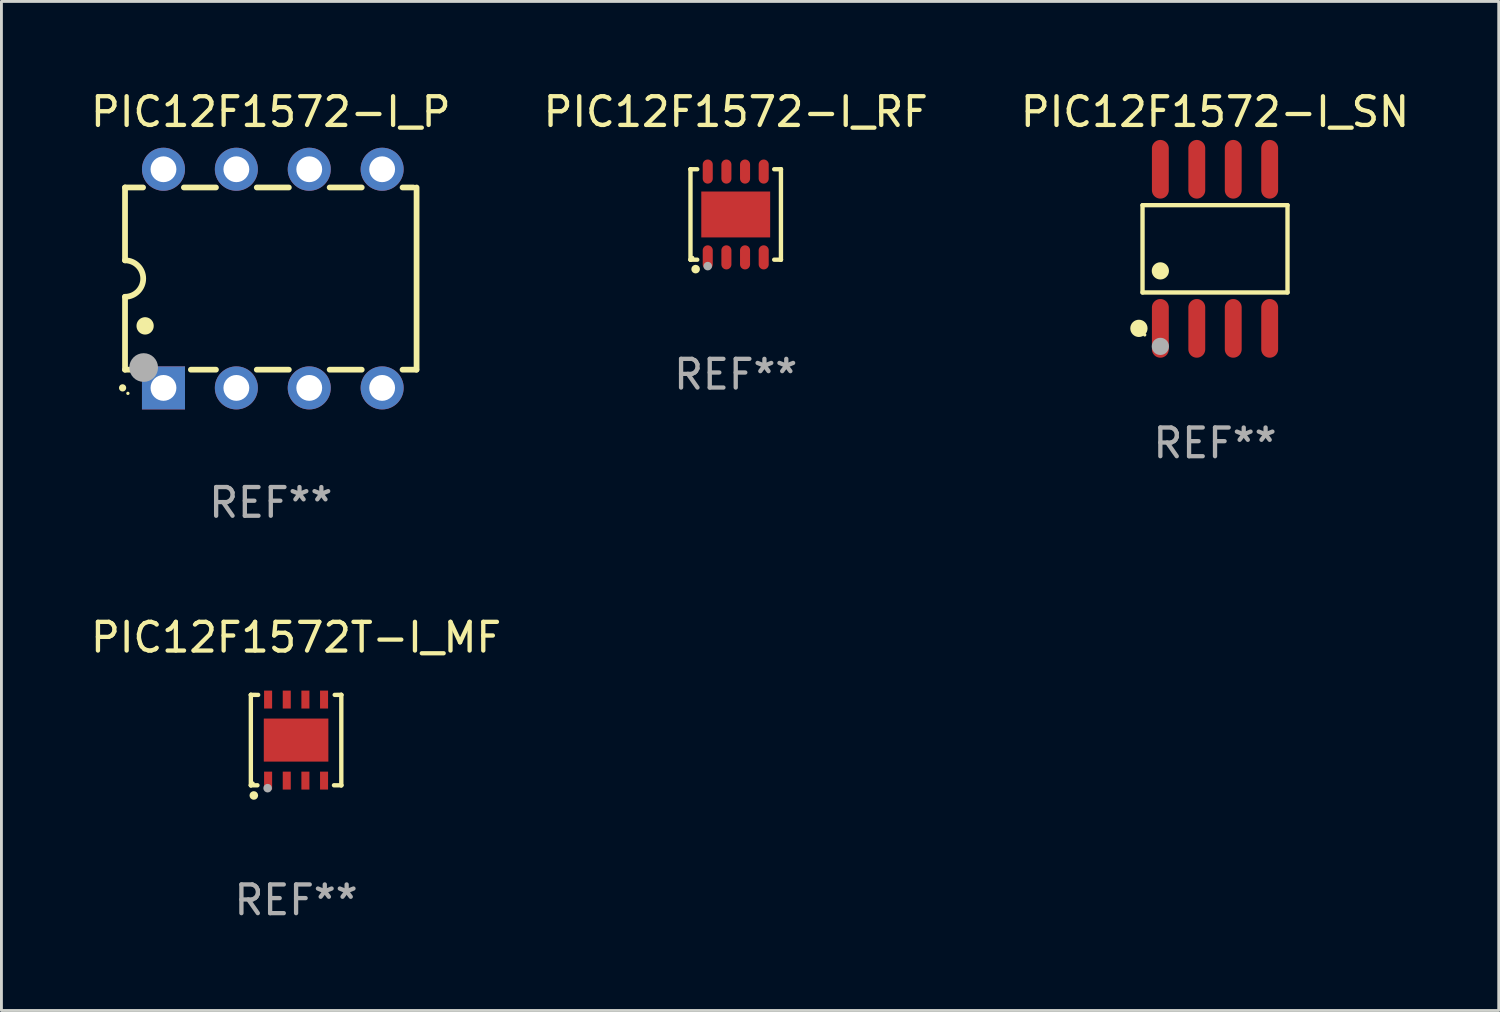
<source format=kicad_pcb>
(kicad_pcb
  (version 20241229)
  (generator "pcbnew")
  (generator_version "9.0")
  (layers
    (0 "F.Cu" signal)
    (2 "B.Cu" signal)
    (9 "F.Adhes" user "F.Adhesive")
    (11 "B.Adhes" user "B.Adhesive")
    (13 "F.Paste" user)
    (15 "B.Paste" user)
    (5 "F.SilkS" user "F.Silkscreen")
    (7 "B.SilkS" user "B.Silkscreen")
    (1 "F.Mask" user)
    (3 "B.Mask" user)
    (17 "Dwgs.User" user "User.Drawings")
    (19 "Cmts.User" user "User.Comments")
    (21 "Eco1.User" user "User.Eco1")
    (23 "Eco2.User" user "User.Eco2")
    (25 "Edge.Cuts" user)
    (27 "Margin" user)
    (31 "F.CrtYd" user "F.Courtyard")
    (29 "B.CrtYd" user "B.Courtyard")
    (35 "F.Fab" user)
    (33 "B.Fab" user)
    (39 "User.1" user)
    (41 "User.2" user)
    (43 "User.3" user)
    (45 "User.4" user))
  (footprint "PIC12F1572-I_SN"
    (layer "F.Cu")
    (at 39.292 5.621)
    (property "Reference" "PIC12F1572-I_SN" (at 0 -4.772 0) (layer "F.SilkS") (effects (font (size 1 1) (thickness 0.15))))
    (attr through_hole)
    (fp_line (start -2.526 -1.521) (end 2.526 -1.521) (stroke (width 0.152) (type solid)) (layer "F.SilkS"))
    (fp_line (start -2.526 1.521) (end -2.526 -1.521) (stroke (width 0.152) (type solid)) (layer "F.SilkS"))
    (fp_line (start 2.526 -1.521) (end 2.526 1.521) (stroke (width 0.152) (type solid)) (layer "F.SilkS"))
    (fp_line (start 2.526 1.521) (end -2.526 1.521) (stroke (width 0.152) (type solid)) (layer "F.SilkS"))
    (fp_circle (center -2.652 2.772) (end -2.501 2.772) (stroke (width 0.3) (type solid)) (fill no) (layer "F.SilkS"))
    (fp_circle (center -2.45 3) (end -2.42 3) (stroke (width 0.06) (type solid)) (fill no) (layer "F.SilkS"))
    (fp_circle (center -1.905 0.769) (end -1.755 0.769) (stroke (width 0.3) (type solid)) (fill no) (layer "F.SilkS"))
    (fp_circle (center -1.905 3.4) (end -1.755 3.4) (stroke (width 0.3) (type solid)) (fill no) (layer "F.Fab"))
    (fp_text user "REF**" (at 0 6.772 0) (layer "F.Fab") (effects (font (size 1 1) (thickness 0.15))))
    (pad "1" smd oval (at -1.905 2.772) (size 0.588 2.045) (layers "F.Cu" "F.Mask" "F.Paste"))
    (pad "2" smd oval (at -0.635 2.772) (size 0.588 2.045) (layers "F.Cu" "F.Mask" "F.Paste"))
    (pad "3" smd oval (at 0.635 2.772) (size 0.588 2.045) (layers "F.Cu" "F.Mask" "F.Paste"))
    (pad "4" smd oval (at 1.905 2.772) (size 0.588 2.045) (layers "F.Cu" "F.Mask" "F.Paste"))
    (pad "5" smd oval (at 1.905 -2.772) (size 0.588 2.045) (layers "F.Cu" "F.Mask" "F.Paste"))
    (pad "6" smd oval (at 0.635 -2.772) (size 0.588 2.045) (layers "F.Cu" "F.Mask" "F.Paste"))
    (pad "7" smd oval (at -0.635 -2.772) (size 0.588 2.045) (layers "F.Cu" "F.Mask" "F.Paste"))
    (pad "8" smd oval (at -1.905 -2.772) (size 0.588 2.045) (layers "F.Cu" "F.Mask" "F.Paste")))
  (footprint "PIC12F1572T-I_MF"
    (layer "F.Cu")
    (at 7.268 22.741)
    (property "Reference" "PIC12F1572T-I_MF" (at 0 -3.576 0) (layer "F.SilkS") (effects (font (size 1 1) (thickness 0.15))))
    (attr through_hole)
    (fp_line (start -1.576 -1.576) (end -1.576 -1.576) (stroke (width 0.152) (type solid)) (layer "F.SilkS"))
    (fp_line (start -1.576 -1.576) (end -1.576 1.576) (stroke (width 0.152) (type solid)) (layer "F.SilkS"))
    (fp_line (start -1.576 1.576) (end -1.576 1.576) (stroke (width 0.152) (type solid)) (layer "F.SilkS"))
    (fp_line (start -1.576 1.576) (end -1.346 1.575) (stroke (width 0.152) (type solid)) (layer "F.SilkS"))
    (fp_line (start -1.321 -1.575) (end -1.576 -1.576) (stroke (width 0.152) (type solid)) (layer "F.SilkS"))
    (fp_line (start 1.321 1.575) (end 1.576 1.576) (stroke (width 0.152) (type solid)) (layer "F.SilkS"))
    (fp_line (start 1.576 -1.576) (end 1.346 -1.575) (stroke (width 0.152) (type solid)) (layer "F.SilkS"))
    (fp_line (start 1.576 -1.576) (end 1.576 -1.576) (stroke (width 0.152) (type solid)) (layer "F.SilkS"))
    (fp_line (start 1.576 1.576) (end 1.576 -1.576) (stroke (width 0.152) (type solid)) (layer "F.SilkS"))
    (fp_line (start 1.576 1.576) (end 1.576 1.576) (stroke (width 0.152) (type solid)) (layer "F.SilkS"))
    (fp_circle (center -1.5 1.5) (end -1.47 1.5) (stroke (width 0.06) (type solid)) (fill no) (layer "F.SilkS"))
    (fp_circle (center -1.473 1.93) (end -1.398 1.93) (stroke (width 0.15) (type solid)) (fill no) (layer "F.SilkS"))
    (fp_circle (center -0.991 1.676) (end -0.916 1.676) (stroke (width 0.15) (type solid)) (fill no) (layer "F.Fab"))
    (fp_text user "REF**" (at 0 5.576 0) (layer "F.Fab") (effects (font (size 1 1) (thickness 0.15))))
    (pad "1" smd rect (at -0.975 1.412) (size 0.28 0.625) (layers "F.Cu" "F.Mask" "F.Paste"))
    (pad "2" smd rect (at -0.325 1.412) (size 0.28 0.625) (layers "F.Cu" "F.Mask" "F.Paste"))
    (pad "3" smd rect (at 0.325 1.412) (size 0.28 0.625) (layers "F.Cu" "F.Mask" "F.Paste"))
    (pad "4" smd rect (at 0.975 1.412) (size 0.28 0.625) (layers "F.Cu" "F.Mask" "F.Paste"))
    (pad "5" smd rect (at 0.975 -1.412) (size 0.28 0.625) (layers "F.Cu" "F.Mask" "F.Paste"))
    (pad "6" smd rect (at 0.325 -1.412) (size 0.28 0.625) (layers "F.Cu" "F.Mask" "F.Paste"))
    (pad "7" smd rect (at -0.325 -1.412) (size 0.28 0.625) (layers "F.Cu" "F.Mask" "F.Paste"))
    (pad "8" smd rect (at -0.975 -1.412) (size 0.28 0.625) (layers "F.Cu" "F.Mask" "F.Paste"))
    (pad "9" smd rect (at 0 0) (size 2.25 1.5) (layers "F.Cu" "F.Mask" "F.Paste")))
  (footprint "PIC12F1572-I_P"
    (layer "F.Cu")
    (at 6.387 6.658)
    (property "Reference" "PIC12F1572-I_P" (at 0 -5.81 0) (layer "F.SilkS") (effects (font (size 1 1) (thickness 0.15))))
    (attr through_hole)
    (fp_line (start -5.08 -3.175) (end -4.451 -3.175) (stroke (width 0.2) (type solid)) (layer "F.SilkS"))
    (fp_line (start -5.08 -0.635) (end -5.08 -3.175) (stroke (width 0.2) (type solid)) (layer "F.SilkS"))
    (fp_line (start -5.08 3.175) (end -5.08 0.635) (stroke (width 0.2) (type solid)) (layer "F.SilkS"))
    (fp_line (start -4.694 3.175) (end -5.08 3.175) (stroke (width 0.2) (type solid)) (layer "F.SilkS"))
    (fp_line (start -3.029 -3.175) (end -1.911 -3.175) (stroke (width 0.2) (type solid)) (layer "F.SilkS"))
    (fp_line (start -1.911 3.175) (end -2.786 3.175) (stroke (width 0.2) (type solid)) (layer "F.SilkS"))
    (fp_line (start -0.489 -3.175) (end 0.629 -3.175) (stroke (width 0.2) (type solid)) (layer "F.SilkS"))
    (fp_line (start 0.629 3.175) (end -0.489 3.175) (stroke (width 0.2) (type solid)) (layer "F.SilkS"))
    (fp_line (start 2.051 -3.175) (end 3.169 -3.175) (stroke (width 0.2) (type solid)) (layer "F.SilkS"))
    (fp_line (start 3.169 3.175) (end 2.051 3.175) (stroke (width 0.2) (type solid)) (layer "F.SilkS"))
    (fp_line (start 4.591 -3.175) (end 4.97 -3.175) (stroke (width 0.2) (type solid)) (layer "F.SilkS"))
    (fp_line (start 5.074 3.175) (end 4.591 3.175) (stroke (width 0.2) (type solid)) (layer "F.SilkS"))
    (fp_line (start 5.08 -3.175) (end 5.08 3.175) (stroke (width 0.2) (type solid)) (layer "F.SilkS"))
    (fp_arc (start -5.164948 3.810008) (mid -5.164955 3.808738) (end -5.164948 3.807468) (stroke (width 0.25) (type solid)) (layer "F.SilkS"))
    (fp_arc (start -5.081128 -0.635001) (mid -4.446127 0) (end -5.081128 0.635001) (stroke (width 0.2) (type solid)) (layer "F.SilkS"))
    (fp_arc (start -4.380086 1.651003) (mid -4.380097 1.648463) (end -4.380086 1.645923) (stroke (width 0.6) (type solid)) (layer "F.SilkS"))
    (fp_circle (center -4.98 4) (end -4.95 4) (stroke (width 0.06) (type solid)) (fill no) (layer "F.SilkS"))
    (fp_circle (center -4.43 3.1) (end -4.18 3.1) (stroke (width 0.5) (type solid)) (fill no) (layer "F.Fab"))
    (fp_text user "REF**" (at 0 7.81 0) (layer "F.Fab") (effects (font (size 1 1) (thickness 0.15))))
    (pad "1" thru_hole rect (at -3.74 3.81) (size 1.5 1.5) (drill 0.9) (layers "*.Cu" "*.Mask"))
    (pad "2" thru_hole circle (at -1.2 3.81) (size 1.5 1.5) (drill 0.9) (layers "*.Cu" "*.Mask"))
    (pad "3" thru_hole circle (at 1.34 3.81) (size 1.5 1.5) (drill 0.9) (layers "*.Cu" "*.Mask"))
    (pad "4" thru_hole circle (at 3.88 3.81) (size 1.5 1.5) (drill 0.9) (layers "*.Cu" "*.Mask"))
    (pad "5" thru_hole circle (at 3.88 -3.81) (size 1.5 1.5) (drill 0.9) (layers "*.Cu" "*.Mask"))
    (pad "6" thru_hole circle (at 1.34 -3.81) (size 1.5 1.5) (drill 0.9) (layers "*.Cu" "*.Mask"))
    (pad "7" thru_hole circle (at -1.2 -3.81) (size 1.5 1.5) (drill 0.9) (layers "*.Cu" "*.Mask"))
    (pad "8" thru_hole circle (at -3.74 -3.81) (size 1.5 1.5) (drill 0.9) (layers "*.Cu" "*.Mask")))
  (footprint "PIC12F1572-I_RF"
    (layer "F.Cu")
    (at 22.589 4.424)
    (property "Reference" "PIC12F1572-I_RF" (at 0 -3.576 0) (layer "F.SilkS") (effects (font (size 1 1) (thickness 0.15))))
    (attr through_hole)
    (fp_line (start -1.576 -1.576) (end -1.576 -1.576) (stroke (width 0.152) (type solid)) (layer "F.SilkS"))
    (fp_line (start -1.576 -1.576) (end -1.341 -1.576) (stroke (width 0.152) (type solid)) (layer "F.SilkS"))
    (fp_line (start -1.576 1.576) (end -1.576 -1.576) (stroke (width 0.152) (type solid)) (layer "F.SilkS"))
    (fp_line (start -1.576 1.576) (end -1.576 1.576) (stroke (width 0.152) (type solid)) (layer "F.SilkS"))
    (fp_line (start -1.341 1.576) (end -1.576 1.576) (stroke (width 0.152) (type solid)) (layer "F.SilkS"))
    (fp_line (start 1.341 1.576) (end 1.576 1.576) (stroke (width 0.152) (type solid)) (layer "F.SilkS"))
    (fp_line (start 1.576 -1.576) (end 1.341 -1.576) (stroke (width 0.152) (type solid)) (layer "F.SilkS"))
    (fp_line (start 1.576 -1.576) (end 1.576 -1.576) (stroke (width 0.152) (type solid)) (layer "F.SilkS"))
    (fp_line (start 1.576 1.576) (end 1.576 -1.576) (stroke (width 0.152) (type solid)) (layer "F.SilkS"))
    (fp_line (start 1.576 1.576) (end 1.576 1.576) (stroke (width 0.152) (type solid)) (layer "F.SilkS"))
    (fp_circle (center -1.5 1.5) (end -1.47 1.5) (stroke (width 0.06) (type solid)) (fill no) (layer "F.SilkS"))
    (fp_circle (center -1.397 1.905) (end -1.322 1.905) (stroke (width 0.15) (type solid)) (fill no) (layer "F.SilkS"))
    (fp_circle (center -0.975 1.8) (end -0.9 1.8) (stroke (width 0.15) (type solid)) (fill no) (layer "F.Fab"))
    (fp_text user "REF**" (at 0 5.576 0) (layer "F.Fab") (effects (font (size 1 1) (thickness 0.15))))
    (pad "1" smd oval (at -0.975 1.495) (size 0.35 0.84) (layers "F.Cu" "F.Mask" "F.Paste"))
    (pad "2" smd oval (at -0.325 1.495) (size 0.35 0.84) (layers "F.Cu" "F.Mask" "F.Paste"))
    (pad "3" smd oval (at 0.325 1.495) (size 0.35 0.84) (layers "F.Cu" "F.Mask" "F.Paste"))
    (pad "4" smd oval (at 0.975 1.495) (size 0.35 0.84) (layers "F.Cu" "F.Mask" "F.Paste"))
    (pad "5" smd oval (at 0.975 -1.495) (size 0.35 0.84) (layers "F.Cu" "F.Mask" "F.Paste"))
    (pad "6" smd oval (at 0.325 -1.495) (size 0.35 0.84) (layers "F.Cu" "F.Mask" "F.Paste"))
    (pad "7" smd oval (at -0.325 -1.495) (size 0.35 0.84) (layers "F.Cu" "F.Mask" "F.Paste"))
    (pad "8" smd oval (at -0.975 -1.495) (size 0.35 0.84) (layers "F.Cu" "F.Mask" "F.Paste"))
    (pad "9" smd rect (at 0 0) (size 2.4 1.6) (layers "F.Cu" "F.Mask" "F.Paste")))
  (gr_rect
    (start -3 -3)
    (end 49.179 32.165)
    (stroke (width 0.1) (type default))
    (fill no)
    (layer "Edge.Cuts")))
</source>
